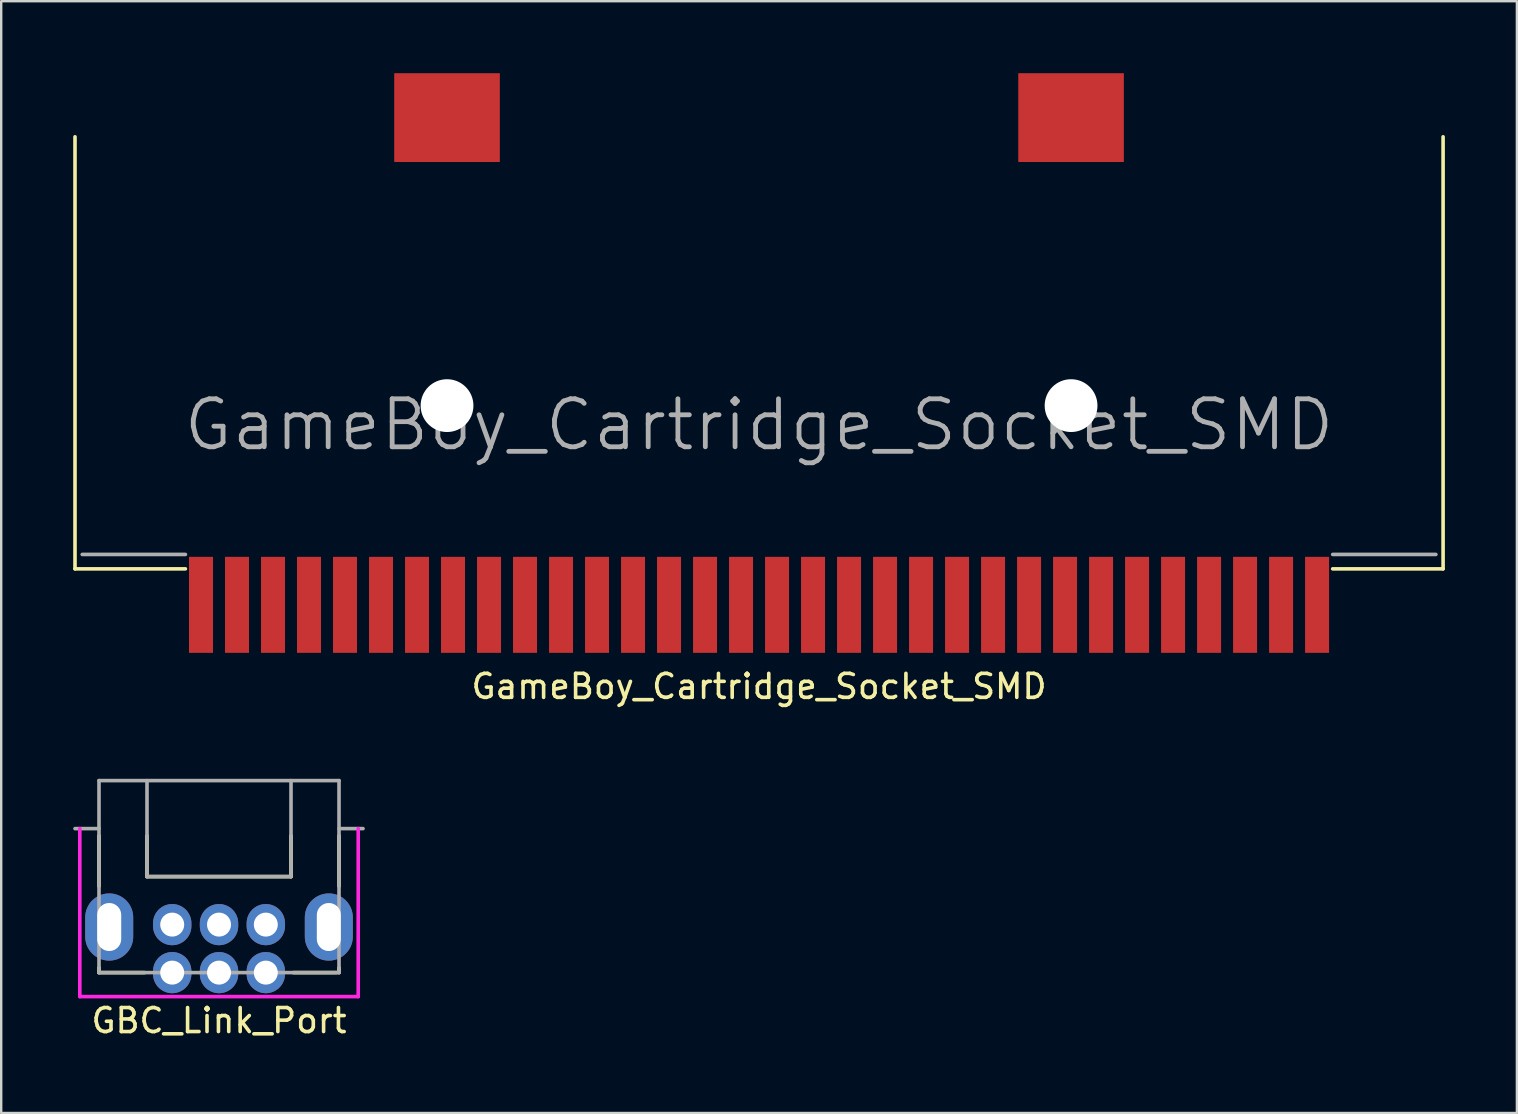
<source format=kicad_pcb>
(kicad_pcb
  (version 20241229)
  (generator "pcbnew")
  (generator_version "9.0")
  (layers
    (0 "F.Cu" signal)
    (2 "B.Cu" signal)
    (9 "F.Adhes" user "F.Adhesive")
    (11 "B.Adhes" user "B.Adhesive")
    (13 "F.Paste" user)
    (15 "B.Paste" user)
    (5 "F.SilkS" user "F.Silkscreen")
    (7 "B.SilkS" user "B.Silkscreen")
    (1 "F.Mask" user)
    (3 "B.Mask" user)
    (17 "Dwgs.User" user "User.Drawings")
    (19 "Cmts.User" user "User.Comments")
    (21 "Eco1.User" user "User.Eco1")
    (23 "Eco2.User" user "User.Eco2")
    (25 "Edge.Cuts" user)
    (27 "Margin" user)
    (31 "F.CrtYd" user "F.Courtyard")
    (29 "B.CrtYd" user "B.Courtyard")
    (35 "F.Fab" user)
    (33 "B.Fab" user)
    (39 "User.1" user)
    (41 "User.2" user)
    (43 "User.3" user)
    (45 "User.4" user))
  (footprint "GBC_Link_Port"
    (layer "F.Cu")
    (at 6.075 37.473)
    (property "Reference" "GBC_Link_Port" (at 0 2 0) (layer "F.SilkS") (effects (font (size 1 1) (thickness 0.15))))
    (attr through_hole)
    (fp_line (start -5 -5.7) (end -5 -3.6) (stroke (width 0.15) (type solid)) (layer "F.SilkS"))
    (fp_line (start -5 -0.2) (end -5 0) (stroke (width 0.15) (type solid)) (layer "F.SilkS"))
    (fp_line (start -5 0) (end -3.1 0) (stroke (width 0.15) (type solid)) (layer "F.SilkS"))
    (fp_line (start -3 -5.7) (end -3 -4) (stroke (width 0.15) (type solid)) (layer "F.SilkS"))
    (fp_line (start -3 -4) (end 3 -4) (stroke (width 0.15) (type solid)) (layer "F.SilkS"))
    (fp_line (start 3 -4) (end 3 -5.7) (stroke (width 0.15) (type solid)) (layer "F.SilkS"))
    (fp_line (start 4.9 0) (end 3.1 0) (stroke (width 0.15) (type solid)) (layer "F.SilkS"))
    (fp_line (start 5 -3.6) (end 5 -5.7) (stroke (width 0.15) (type solid)) (layer "F.SilkS"))
    (fp_line (start 5 0) (end 5 -0.2) (stroke (width 0.15) (type solid)) (layer "F.SilkS"))
    (fp_line (start -5.8 -6) (end -5.8 1) (stroke (width 0.15) (type solid)) (layer "F.CrtYd"))
    (fp_line (start -5.8 1) (end 5.8 1) (stroke (width 0.15) (type solid)) (layer "F.CrtYd"))
    (fp_line (start 5.8 -6) (end 5.8 1) (stroke (width 0.15) (type solid)) (layer "F.CrtYd"))
    (fp_line (start -5 -8) (end -5 0) (stroke (width 0.15) (type solid)) (layer "F.Fab"))
    (fp_line (start -5 -6) (end -6 -6) (stroke (width 0.15) (type solid)) (layer "F.Fab"))
    (fp_line (start -5 0) (end 5 0) (stroke (width 0.15) (type solid)) (layer "F.Fab"))
    (fp_line (start -3 -4) (end -3 -8) (stroke (width 0.15) (type solid)) (layer "F.Fab"))
    (fp_line (start 3 -8) (end 3 -4) (stroke (width 0.15) (type solid)) (layer "F.Fab"))
    (fp_line (start 3 -4) (end -3 -4) (stroke (width 0.15) (type solid)) (layer "F.Fab"))
    (fp_line (start 5 -8) (end -5 -8) (stroke (width 0.15) (type solid)) (layer "F.Fab"))
    (fp_line (start 5 -8) (end 5 0) (stroke (width 0.15) (type solid)) (layer "F.Fab"))
    (fp_line (start 5 -6) (end 6 -6) (stroke (width 0.15) (type solid)) (layer "F.Fab"))
    (pad "1" thru_hole oval (at -1.95 0) (size 1.6 1.715) (drill 1) (layers "*.Cu" "*.Mask"))
    (pad "2" thru_hole oval (at -1.95 -2) (size 1.6 1.715) (drill 1) (layers "*.Cu" "*.Mask"))
    (pad "3" thru_hole oval (at 0 0) (size 1.6 1.715) (drill 1) (layers "*.Cu" "*.Mask"))
    (pad "4" thru_hole oval (at 0 -2) (size 1.6 1.715) (drill 1) (layers "*.Cu" "*.Mask"))
    (pad "5" thru_hole oval (at 1.95 0) (size 1.6 1.715) (drill 1) (layers "*.Cu" "*.Mask"))
    (pad "6" thru_hole oval (at 1.95 -2) (size 1.6 1.715) (drill 1) (layers "*.Cu" "*.Mask"))
    (pad "7" thru_hole oval (at -4.575 -1.9) (size 2 2.8) (drill oval 1 2) (layers "*.Cu" "*.Mask"))
    (pad "7" thru_hole oval (at 4.575 -1.9) (size 2 2.8) (drill oval 1 2) (layers "*.Cu" "*.Mask")))
  (footprint "GameBoy_Cartridge_Socket_SMD"
    (layer "F.Cu")
    (at 28.575 15.65)
    (property "Reference" "GameBoy_Cartridge_Socket_SMD" (at 0 9.9 180) (layer "F.SilkS") (effects (font (size 1 1) (thickness 0.15))))
    (attr smd)
    (fp_line (start -28.5 -13) (end -28.5 5) (stroke (width 0.15) (type solid)) (layer "F.SilkS"))
    (fp_line (start -23.9 5) (end -28.5 5) (stroke (width 0.15) (type solid)) (layer "F.SilkS"))
    (fp_line (start 23.9 5) (end 28.5 5) (stroke (width 0.15) (type solid)) (layer "F.SilkS"))
    (fp_line (start 28.5 5) (end 28.5 -13) (stroke (width 0.15) (type solid)) (layer "F.SilkS"))
    (fp_line (start -23.9 4.4) (end -28.2 4.4) (stroke (width 0.15) (type solid)) (layer "F.Fab"))
    (fp_line (start 28.2 4.4) (end 23.9 4.4) (stroke (width 0.15) (type solid)) (layer "F.Fab"))
    (fp_text user "${REFERENCE}" (at 0 -1 0) (layer "F.Fab") (effects (font (size 2 2) (thickness 0.2))))
    (pad "" np_thru_hole circle (at -13 -1.8) (size 2.2 2.2) (drill 2.2) (layers "*.Cu" "*.Mask"))
    (pad "" np_thru_hole circle (at 13 -1.8) (size 2.2 2.2) (drill 2.2) (layers "*.Cu" "*.Mask"))
    (pad "1" smd rect (at -23.25 6.5) (size 1 4) (layers "F.Cu" "F.Mask" "F.Paste"))
    (pad "2" smd rect (at -21.75 6.5) (size 1 4) (layers "F.Cu" "F.Mask" "F.Paste"))
    (pad "3" smd rect (at -20.25 6.5) (size 1 4) (layers "F.Cu" "F.Mask" "F.Paste"))
    (pad "4" smd rect (at -18.75 6.5) (size 1 4) (layers "F.Cu" "F.Mask" "F.Paste"))
    (pad "5" smd rect (at -17.25 6.5) (size 1 4) (layers "F.Cu" "F.Mask" "F.Paste"))
    (pad "6" smd rect (at -15.75 6.5) (size 1 4) (layers "F.Cu" "F.Mask" "F.Paste"))
    (pad "7" smd rect (at -14.25 6.5) (size 1 4) (layers "F.Cu" "F.Mask" "F.Paste"))
    (pad "8" smd rect (at -12.75 6.5) (size 1 4) (layers "F.Cu" "F.Mask" "F.Paste"))
    (pad "9" smd rect (at -11.25 6.5) (size 1 4) (layers "F.Cu" "F.Mask" "F.Paste"))
    (pad "10" smd rect (at -9.75 6.5) (size 1 4) (layers "F.Cu" "F.Mask" "F.Paste"))
    (pad "11" smd rect (at -8.25 6.5) (size 1 4) (layers "F.Cu" "F.Mask" "F.Paste"))
    (pad "12" smd rect (at -6.75 6.5) (size 1 4) (layers "F.Cu" "F.Mask" "F.Paste"))
    (pad "13" smd rect (at -5.25 6.5) (size 1 4) (layers "F.Cu" "F.Mask" "F.Paste"))
    (pad "14" smd rect (at -3.75 6.5) (size 1 4) (layers "F.Cu" "F.Mask" "F.Paste"))
    (pad "15" smd rect (at -2.25 6.5) (size 1 4) (layers "F.Cu" "F.Mask" "F.Paste"))
    (pad "16" smd rect (at -0.75 6.5) (size 1 4) (layers "F.Cu" "F.Mask" "F.Paste"))
    (pad "17" smd rect (at 0.75 6.5) (size 1 4) (layers "F.Cu" "F.Mask" "F.Paste"))
    (pad "18" smd rect (at 2.25 6.5) (size 1 4) (layers "F.Cu" "F.Mask" "F.Paste"))
    (pad "19" smd rect (at 3.75 6.5) (size 1 4) (layers "F.Cu" "F.Mask" "F.Paste"))
    (pad "20" smd rect (at 5.25 6.5) (size 1 4) (layers "F.Cu" "F.Mask" "F.Paste"))
    (pad "21" smd rect (at 6.75 6.5) (size 1 4) (layers "F.Cu" "F.Mask" "F.Paste"))
    (pad "22" smd rect (at 8.25 6.5) (size 1 4) (layers "F.Cu" "F.Mask" "F.Paste"))
    (pad "23" smd rect (at 9.75 6.5) (size 1 4) (layers "F.Cu" "F.Mask" "F.Paste"))
    (pad "24" smd rect (at 11.25 6.5) (size 1 4) (layers "F.Cu" "F.Mask" "F.Paste"))
    (pad "25" smd rect (at 12.75 6.5) (size 1 4) (layers "F.Cu" "F.Mask" "F.Paste"))
    (pad "26" smd rect (at 14.25 6.5) (size 1 4) (layers "F.Cu" "F.Mask" "F.Paste"))
    (pad "27" smd rect (at 15.75 6.5) (size 1 4) (layers "F.Cu" "F.Mask" "F.Paste"))
    (pad "28" smd rect (at 17.25 6.5) (size 1 4) (layers "F.Cu" "F.Mask" "F.Paste"))
    (pad "29" smd rect (at 18.75 6.5) (size 1 4) (layers "F.Cu" "F.Mask" "F.Paste"))
    (pad "30" smd rect (at 20.25 6.5) (size 1 4) (layers "F.Cu" "F.Mask" "F.Paste"))
    (pad "31" smd rect (at 21.75 6.5) (size 1 4) (layers "F.Cu" "F.Mask" "F.Paste"))
    (pad "32" smd rect (at -13 -13.8) (size 4.4 3.7) (layers "F.Cu" "F.Mask" "F.Paste"))
    (pad "32" smd rect (at 13 -13.8) (size 4.4 3.7) (layers "F.Cu" "F.Mask" "F.Paste"))
    (pad "32" smd rect (at 23.25 6.5) (size 1 4) (layers "F.Cu" "F.Mask" "F.Paste")))
  (gr_rect
    (start -3 -3)
    (end 60.15 43.322)
    (stroke (width 0.1) (type default))
    (fill no)
    (layer "Edge.Cuts")))
</source>
